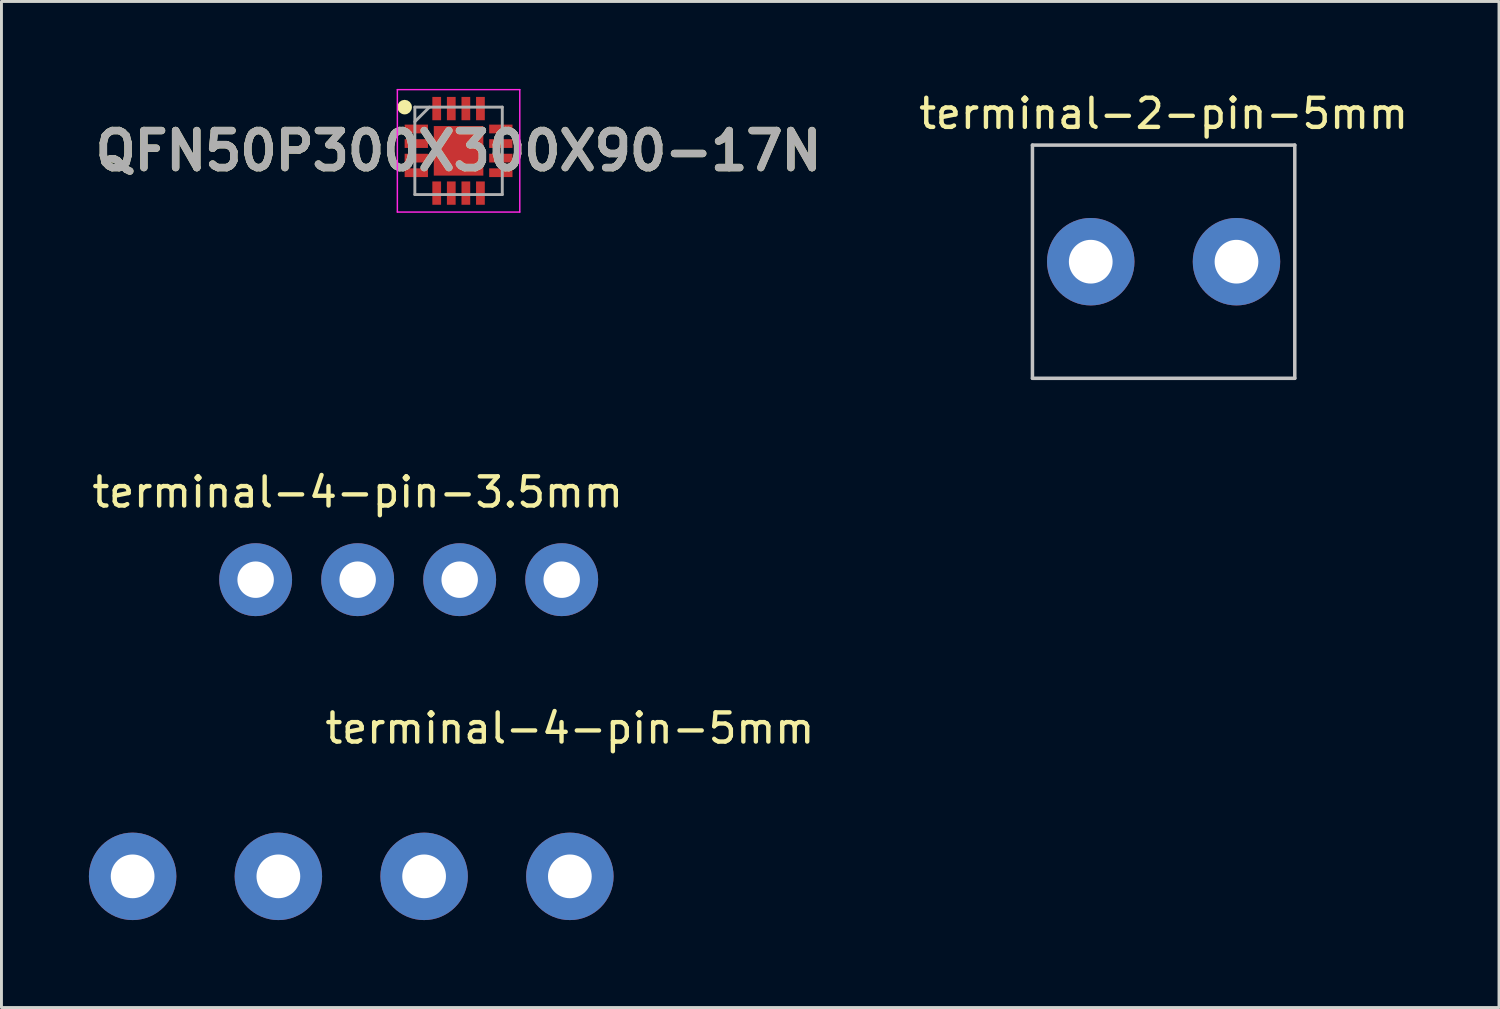
<source format=kicad_pcb>
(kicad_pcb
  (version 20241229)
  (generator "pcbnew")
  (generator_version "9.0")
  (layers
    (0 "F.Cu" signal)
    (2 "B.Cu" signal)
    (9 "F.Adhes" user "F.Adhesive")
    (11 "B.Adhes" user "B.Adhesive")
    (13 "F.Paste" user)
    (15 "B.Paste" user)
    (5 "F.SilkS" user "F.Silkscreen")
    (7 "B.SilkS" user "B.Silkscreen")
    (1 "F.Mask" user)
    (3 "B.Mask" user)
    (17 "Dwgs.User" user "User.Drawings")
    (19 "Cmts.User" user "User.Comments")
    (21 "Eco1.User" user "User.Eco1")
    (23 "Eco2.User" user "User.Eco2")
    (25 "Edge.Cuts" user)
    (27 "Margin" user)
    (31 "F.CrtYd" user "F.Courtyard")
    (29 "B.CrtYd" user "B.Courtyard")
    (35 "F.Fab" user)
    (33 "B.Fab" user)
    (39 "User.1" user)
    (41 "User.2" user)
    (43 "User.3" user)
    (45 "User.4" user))
  (footprint "terminal-4-pin-5mm"
    (layer "F.Cu")
    (at 16.5 27.015)
    (property "Reference" "terminal-4-pin-5mm" (at 0 -5.08 0) (layer "F.SilkS") (effects (font (size 1 1) (thickness 0.15))))
    (attr through_hole)
    (pad "1" thru_hole circle (at -15 0) (size 3 3) (drill 1.5) (layers "*.Cu" "*.Mask"))
    (pad "2" thru_hole circle (at -10 0) (size 3 3) (drill 1.5) (layers "*.Cu" "*.Mask"))
    (pad "3" thru_hole circle (at -5 0) (size 3 3) (drill 1.5) (layers "*.Cu" "*.Mask"))
    (pad "4" thru_hole circle (at 0 0) (size 3 3) (drill 1.5) (layers "*.Cu" "*.Mask")))
  (footprint "terminal-2-pin-5mm"
    (layer "F.Cu")
    (at 36.87 5.928)
    (property "Reference" "terminal-2-pin-5mm" (at 0 -5.08 0) (layer "F.SilkS") (effects (font (size 1 1) (thickness 0.15))))
    (attr through_hole)
    (fp_line (start -4.5 -4) (end 4.5 -4) (stroke (width 0.12) (type solid)) (layer "Dwgs.User"))
    (fp_line (start -4.5 4) (end -4.5 -4) (stroke (width 0.12) (type solid)) (layer "Dwgs.User"))
    (fp_line (start 4.5 -4) (end 4.5 4) (stroke (width 0.12) (type solid)) (layer "Dwgs.User"))
    (fp_line (start 4.5 4) (end -4.5 4) (stroke (width 0.12) (type solid)) (layer "Dwgs.User"))
    (pad "1" thru_hole circle (at -2.5 0) (size 3 3) (drill 1.5) (layers "*.Cu" "*.Mask"))
    (pad "2" thru_hole circle (at 2.5 0) (size 3 3) (drill 1.5) (layers "*.Cu" "*.Mask")))
  (footprint "QFN50P300X300X90-17N"
    (layer "F.Cu")
    (at 12.682 2.125)
    (property "Reference" "QFN50P300X300X90-17N" (at 0 0 0) (layer "F.SilkS") (effects (font (size 1.27 1.27) (thickness 0.254))))
    (attr smd)
    (fp_circle (center -1.85 -1.5) (end -1.85 -1.375) (stroke (width 0.25) (type solid)) (fill no) (layer "F.SilkS"))
    (fp_line (start -2.1 -2.1) (end 2.1 -2.1) (stroke (width 0.05) (type solid)) (layer "F.CrtYd"))
    (fp_line (start -2.1 2.1) (end -2.1 -2.1) (stroke (width 0.05) (type solid)) (layer "F.CrtYd"))
    (fp_line (start 2.1 -2.1) (end 2.1 2.1) (stroke (width 0.05) (type solid)) (layer "F.CrtYd"))
    (fp_line (start 2.1 2.1) (end -2.1 2.1) (stroke (width 0.05) (type solid)) (layer "F.CrtYd"))
    (fp_line (start -1.5 -1.5) (end 1.5 -1.5) (stroke (width 0.1) (type solid)) (layer "F.Fab"))
    (fp_line (start -1.5 -1) (end -1 -1.5) (stroke (width 0.1) (type solid)) (layer "F.Fab"))
    (fp_line (start -1.5 1.5) (end -1.5 -1.5) (stroke (width 0.1) (type solid)) (layer "F.Fab"))
    (fp_line (start 1.5 -1.5) (end 1.5 1.5) (stroke (width 0.1) (type solid)) (layer "F.Fab"))
    (fp_line (start 1.5 1.5) (end -1.5 1.5) (stroke (width 0.1) (type solid)) (layer "F.Fab"))
    (fp_text user "${REFERENCE}" (at 0 0 0) (layer "F.Fab") (effects (font (size 1.27 1.27) (thickness 0.254))))
    (pad "1" smd rect (at -1.45 -0.75 90) (size 0.3 0.8) (layers "F.Cu" "F.Mask" "F.Paste"))
    (pad "2" smd rect (at -1.45 -0.25 90) (size 0.3 0.8) (layers "F.Cu" "F.Mask" "F.Paste"))
    (pad "3" smd rect (at -1.45 0.25 90) (size 0.3 0.8) (layers "F.Cu" "F.Mask" "F.Paste"))
    (pad "4" smd rect (at -1.45 0.75 90) (size 0.3 0.8) (layers "F.Cu" "F.Mask" "F.Paste"))
    (pad "5" smd rect (at -0.75 1.45) (size 0.3 0.8) (layers "F.Cu" "F.Mask" "F.Paste"))
    (pad "6" smd rect (at -0.25 1.45) (size 0.3 0.8) (layers "F.Cu" "F.Mask" "F.Paste"))
    (pad "7" smd rect (at 0.25 1.45) (size 0.3 0.8) (layers "F.Cu" "F.Mask" "F.Paste"))
    (pad "8" smd rect (at 0.75 1.45) (size 0.3 0.8) (layers "F.Cu" "F.Mask" "F.Paste"))
    (pad "9" smd rect (at 1.45 0.75 90) (size 0.3 0.8) (layers "F.Cu" "F.Mask" "F.Paste"))
    (pad "10" smd rect (at 1.45 0.25 90) (size 0.3 0.8) (layers "F.Cu" "F.Mask" "F.Paste"))
    (pad "11" smd rect (at 1.45 -0.25 90) (size 0.3 0.8) (layers "F.Cu" "F.Mask" "F.Paste"))
    (pad "12" smd rect (at 1.45 -0.75 90) (size 0.3 0.8) (layers "F.Cu" "F.Mask" "F.Paste"))
    (pad "13" smd rect (at 0.75 -1.45) (size 0.3 0.8) (layers "F.Cu" "F.Mask" "F.Paste"))
    (pad "14" smd rect (at 0.25 -1.45) (size 0.3 0.8) (layers "F.Cu" "F.Mask" "F.Paste"))
    (pad "15" smd rect (at -0.25 -1.45) (size 0.3 0.8) (layers "F.Cu" "F.Mask" "F.Paste"))
    (pad "16" smd rect (at -0.75 -1.45) (size 0.3 0.8) (layers "F.Cu" "F.Mask" "F.Paste"))
    (pad "17" smd rect (at 0 0) (size 1.7 1.7) (layers "F.Cu" "F.Mask" "F.Paste")))
  (footprint "terminal-4-pin-3.5mm"
    (layer "F.Cu")
    (at 9.22 16.837)
    (property "Reference" "terminal-4-pin-3.5mm" (at 0 -3 0) (layer "F.SilkS") (effects (font (size 1 1) (thickness 0.15))))
    (attr through_hole)
    (pad "1" thru_hole circle (at -3.5 0) (size 2.5 2.5) (drill 1.25) (layers "*.Cu" "*.Mask"))
    (pad "2" thru_hole circle (at 0 0) (size 2.5 2.5) (drill 1.25) (layers "*.Cu" "*.Mask"))
    (pad "3" thru_hole circle (at 3.5 0) (size 2.5 2.5) (drill 1.25) (layers "*.Cu" "*.Mask"))
    (pad "4" thru_hole circle (at 7 0) (size 2.5 2.5) (drill 1.25) (layers "*.Cu" "*.Mask")))
  (gr_rect
    (start -3 -3)
    (end 48.376 31.515)
    (stroke (width 0.1) (type default))
    (fill no)
    (layer "Edge.Cuts")))
</source>
